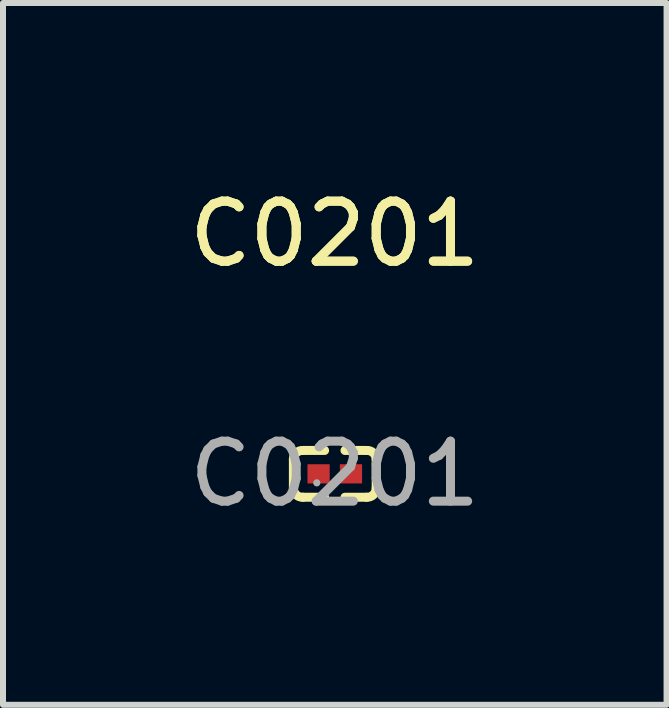
<source format=kicad_pcb>
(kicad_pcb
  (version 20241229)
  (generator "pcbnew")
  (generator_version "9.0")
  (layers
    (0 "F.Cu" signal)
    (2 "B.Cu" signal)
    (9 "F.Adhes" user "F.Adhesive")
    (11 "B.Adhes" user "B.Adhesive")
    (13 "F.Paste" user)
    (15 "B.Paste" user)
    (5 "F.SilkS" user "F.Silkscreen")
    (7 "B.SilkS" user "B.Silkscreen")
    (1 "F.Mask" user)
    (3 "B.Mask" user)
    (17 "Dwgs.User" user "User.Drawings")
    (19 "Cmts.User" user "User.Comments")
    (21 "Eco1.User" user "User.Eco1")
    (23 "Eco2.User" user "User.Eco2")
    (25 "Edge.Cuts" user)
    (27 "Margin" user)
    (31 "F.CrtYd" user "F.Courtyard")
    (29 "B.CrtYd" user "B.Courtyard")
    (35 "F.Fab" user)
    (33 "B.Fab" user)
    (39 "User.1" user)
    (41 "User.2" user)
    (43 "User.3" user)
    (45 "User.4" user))
  (footprint "C0201"
    (layer "F.Cu")
    (at 2.53 4.848)
    (property "Reference" "C0201" (at 0 -4 0) (layer "F.SilkS") (effects (font (size 1 1) (thickness 0.15))))
    (attr through_hole)
    (fp_line (start -0.69 0.24) (end -0.69 -0.24) (stroke (width 0.15) (type solid)) (layer "F.SilkS"))
    (fp_line (start -0.53 -0.39) (end -0.17 -0.39) (stroke (width 0.15) (type solid)) (layer "F.SilkS"))
    (fp_line (start -0.17 0.39) (end -0.53 0.39) (stroke (width 0.15) (type solid)) (layer "F.SilkS"))
    (fp_line (start 0.17 0.39) (end 0.53 0.39) (stroke (width 0.15) (type solid)) (layer "F.SilkS"))
    (fp_line (start 0.53 -0.39) (end 0.17 -0.39) (stroke (width 0.15) (type solid)) (layer "F.SilkS"))
    (fp_line (start 0.69 0.24) (end 0.69 -0.24) (stroke (width 0.15) (type solid)) (layer "F.SilkS"))
    (fp_arc (start -0.690333 -0.239643) (mid -0.642835 -0.349658) (end -0.53 -0.39) (stroke (width 0.15) (type solid)) (layer "F.SilkS"))
    (fp_arc (start -0.529667 0.389644) (mid -0.642347 0.349658) (end -0.69 0.24) (stroke (width 0.15) (type solid)) (layer "F.SilkS"))
    (fp_arc (start 0.53 -0.39) (mid 0.642835 -0.349658) (end 0.690333 -0.239643) (stroke (width 0.15) (type solid)) (layer "F.SilkS"))
    (fp_arc (start 0.69 0.24) (mid 0.642348 0.349658) (end 0.529667 0.389644) (stroke (width 0.15) (type solid)) (layer "F.SilkS"))
    (fp_circle (center -0.3 0.15) (end -0.27 0.15) (stroke (width 0.06) (type solid)) (fill no) (layer "F.Fab"))
    (fp_text user "${REFERENCE}" (at 0 -4 0) (layer "F.SilkS") (effects (font (size 1 1) (thickness 0.15))))
    (fp_text user "${REFERENCE}" (at 0 0 0) (layer "F.Fab") (effects (font (size 1 1) (thickness 0.15))))
    (pad "1" smd rect (at -0.27 0) (size 0.37 0.32) (layers "F.Cu" "F.Mask" "F.Paste"))
    (pad "2" smd rect (at 0.27 0) (size 0.37 0.32) (layers "F.Cu" "F.Mask" "F.Paste")))
  (gr_rect
    (start -3 -3)
    (end 8.06 8.697)
    (stroke (width 0.1) (type default))
    (fill no)
    (layer "Edge.Cuts")))
</source>
